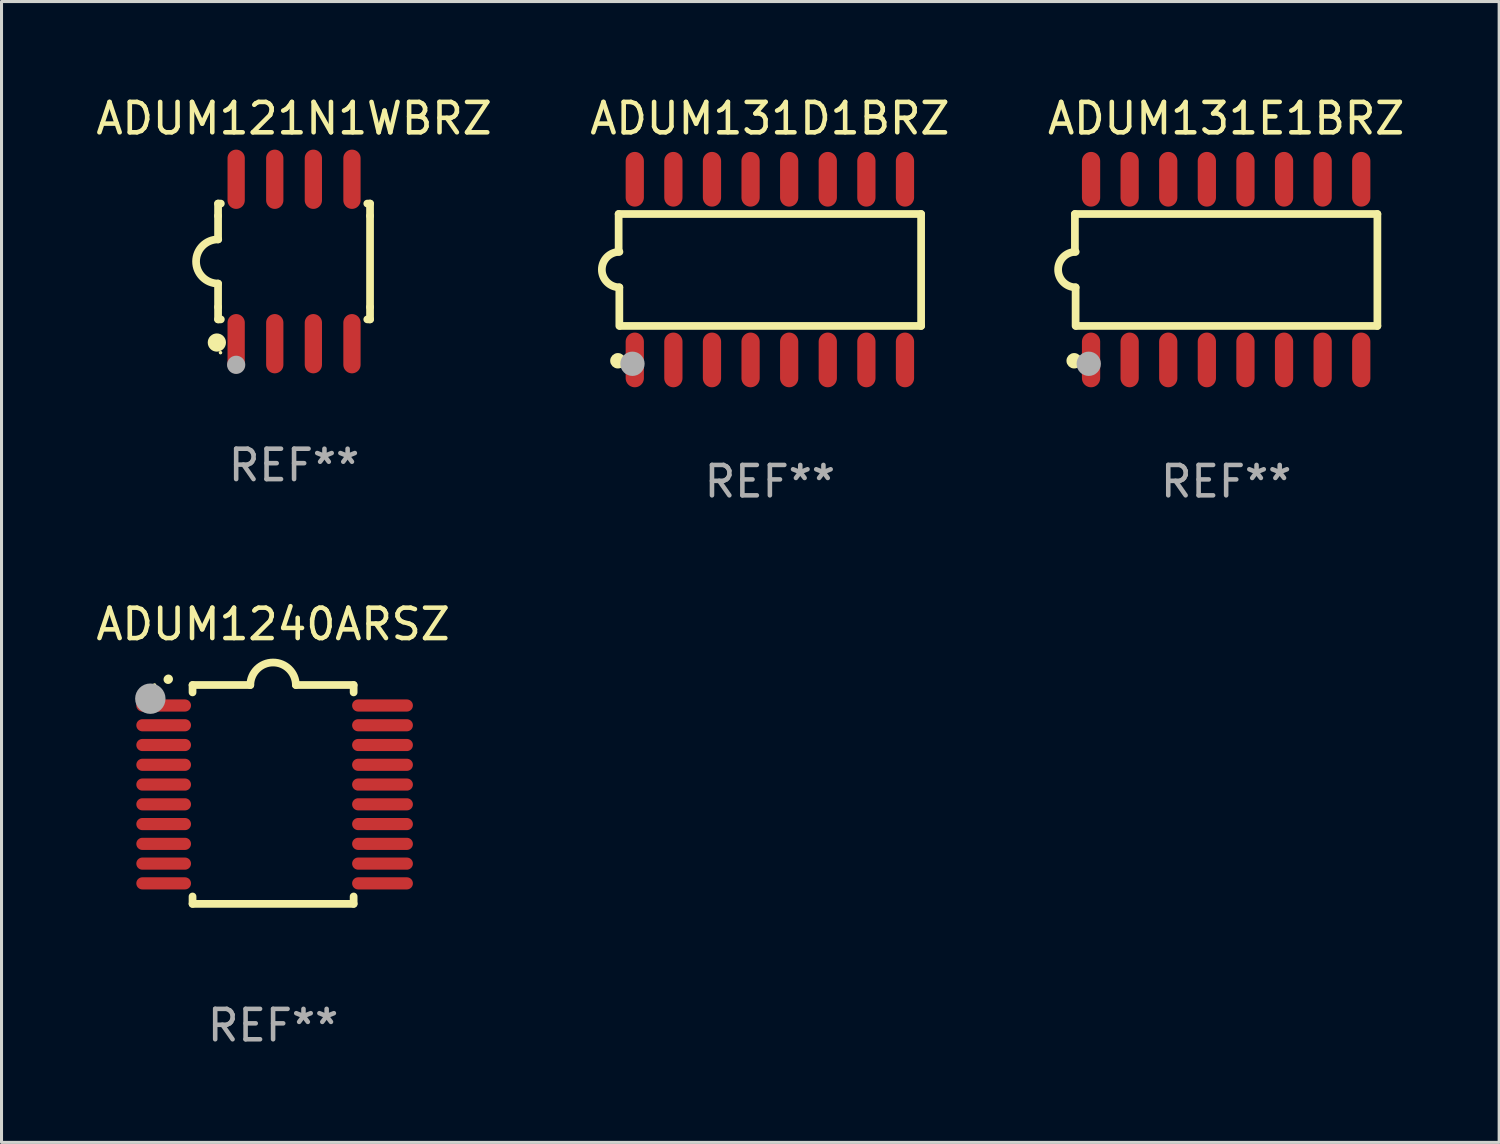
<source format=kicad_pcb>
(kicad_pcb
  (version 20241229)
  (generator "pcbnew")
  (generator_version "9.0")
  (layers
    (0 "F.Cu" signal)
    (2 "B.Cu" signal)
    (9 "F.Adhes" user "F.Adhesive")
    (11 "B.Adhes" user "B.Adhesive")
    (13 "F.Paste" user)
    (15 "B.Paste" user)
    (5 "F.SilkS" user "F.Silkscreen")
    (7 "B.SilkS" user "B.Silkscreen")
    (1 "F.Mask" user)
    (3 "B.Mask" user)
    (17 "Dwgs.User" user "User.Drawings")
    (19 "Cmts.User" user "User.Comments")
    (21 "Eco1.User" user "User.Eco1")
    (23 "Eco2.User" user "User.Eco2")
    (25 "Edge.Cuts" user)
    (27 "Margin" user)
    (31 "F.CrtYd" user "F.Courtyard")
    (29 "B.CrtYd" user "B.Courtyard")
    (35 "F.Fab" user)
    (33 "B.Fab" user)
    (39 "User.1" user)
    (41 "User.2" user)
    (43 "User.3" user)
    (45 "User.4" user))
  (footprint "ADUM121N1WBRZ"
    (layer "F.Cu")
    (at 6.625 5.553)
    (property "Reference" "ADUM121N1WBRZ" (at 0 -4.705 0) (layer "F.SilkS") (effects (font (size 1 1) (thickness 0.15))))
    (attr through_hole)
    (fp_line (start -2.5 -1.905) (end -2.409 -1.905) (stroke (width 0.254) (type solid)) (layer "F.SilkS"))
    (fp_line (start -2.5 -1.5) (end -2.5 -1.905) (stroke (width 0.254) (type solid)) (layer "F.SilkS"))
    (fp_line (start -2.5 -1.5) (end -2.5 -0.726) (stroke (width 0.254) (type solid)) (layer "F.SilkS"))
    (fp_line (start -2.5 1.5) (end -2.5 0.727) (stroke (width 0.254) (type solid)) (layer "F.SilkS"))
    (fp_line (start -2.5 1.5) (end -2.5 1.905) (stroke (width 0.254) (type solid)) (layer "F.SilkS"))
    (fp_line (start -2.5 1.905) (end -2.409 1.905) (stroke (width 0.254) (type solid)) (layer "F.SilkS"))
    (fp_line (start 2.5 -1.905) (end 2.409 -1.905) (stroke (width 0.254) (type solid)) (layer "F.SilkS"))
    (fp_line (start 2.5 -1.5) (end 2.5 -1.905) (stroke (width 0.254) (type solid)) (layer "F.SilkS"))
    (fp_line (start 2.5 -1.5) (end 2.5 1.5) (stroke (width 0.254) (type solid)) (layer "F.SilkS"))
    (fp_line (start 2.5 1.5) (end 2.5 1.905) (stroke (width 0.254) (type solid)) (layer "F.SilkS"))
    (fp_line (start 2.5 1.905) (end 2.409 1.905) (stroke (width 0.254) (type solid)) (layer "F.SilkS"))
    (fp_arc (start -2.5 0.726568) (mid -3.220316 -0.0023) (end -2.495097 -0.726289) (stroke (width 0.254001) (type solid)) (layer "F.SilkS"))
    (fp_circle (center -2.54 2.667) (end -2.39 2.667) (stroke (width 0.3) (type solid)) (fill no) (layer "F.SilkS"))
    (fp_circle (center -2.42 3) (end -2.39 3) (stroke (width 0.06) (type solid)) (fill no) (layer "F.SilkS"))
    (fp_circle (center -1.905 3.4) (end -1.755 3.4) (stroke (width 0.3) (type solid)) (fill no) (layer "F.Fab"))
    (fp_text user "REF**" (at 0 6.705 0) (layer "F.Fab") (effects (font (size 1 1) (thickness 0.15))))
    (pad "1" smd oval (at -1.905 2.705) (size 0.568 1.95) (layers "F.Cu" "F.Mask" "F.Paste"))
    (pad "2" smd oval (at -0.635 2.705) (size 0.568 1.95) (layers "F.Cu" "F.Mask" "F.Paste"))
    (pad "3" smd oval (at 0.635 2.705) (size 0.568 1.95) (layers "F.Cu" "F.Mask" "F.Paste"))
    (pad "4" smd oval (at 1.905 2.705) (size 0.568 1.95) (layers "F.Cu" "F.Mask" "F.Paste"))
    (pad "5" smd oval (at 1.905 -2.705) (size 0.568 1.95) (layers "F.Cu" "F.Mask" "F.Paste"))
    (pad "6" smd oval (at 0.635 -2.705) (size 0.568 1.95) (layers "F.Cu" "F.Mask" "F.Paste"))
    (pad "7" smd oval (at -0.635 -2.705) (size 0.568 1.95) (layers "F.Cu" "F.Mask" "F.Paste"))
    (pad "8" smd oval (at -1.905 -2.705) (size 0.568 1.95) (layers "F.Cu" "F.Mask" "F.Paste")))
  (footprint "ADUM131E1BRZ"
    (layer "F.Cu")
    (at 37.292 5.82)
    (property "Reference" "ADUM131E1BRZ" (at 0 -4.972 0) (layer "F.SilkS") (effects (font (size 1 1) (thickness 0.15))))
    (attr through_hole)
    (fp_line (start -4.976 -1.829) (end -4.976 -0.584) (stroke (width 0.254) (type solid)) (layer "F.SilkS"))
    (fp_line (start -4.953 0.584) (end -4.953 1.854) (stroke (width 0.254) (type solid)) (layer "F.SilkS"))
    (fp_line (start -4.928 1.854) (end 4.976 1.854) (stroke (width 0.254) (type solid)) (layer "F.SilkS"))
    (fp_line (start 4.976 -1.829) (end -4.976 -1.829) (stroke (width 0.254) (type solid)) (layer "F.SilkS"))
    (fp_line (start 4.976 1.854) (end 4.976 -1.829) (stroke (width 0.254) (type solid)) (layer "F.SilkS"))
    (fp_arc (start -4.95301 0.584201) (mid -5.533866 -0.00152) (end -4.950088 -0.584329) (stroke (width 0.254001) (type solid)) (layer "F.SilkS"))
    (fp_circle (center -5 3) (end -4.873 3) (stroke (width 0.254) (type solid)) (fill no) (layer "F.SilkS"))
    (fp_circle (center -4.521 3.099) (end -4.321 3.099) (stroke (width 0.4) (type solid)) (fill no) (layer "F.Fab"))
    (fp_text user "REF**" (at 0 6.972 0) (layer "F.Fab") (effects (font (size 1 1) (thickness 0.15))))
    (pad "1" smd oval (at -4.445 2.972 180) (size 0.6 1.8) (layers "F.Cu" "F.Mask" "F.Paste"))
    (pad "2" smd oval (at -3.175 2.972 180) (size 0.6 1.8) (layers "F.Cu" "F.Mask" "F.Paste"))
    (pad "3" smd oval (at -1.905 2.972 180) (size 0.6 1.8) (layers "F.Cu" "F.Mask" "F.Paste"))
    (pad "4" smd oval (at -0.635 2.972 180) (size 0.6 1.8) (layers "F.Cu" "F.Mask" "F.Paste"))
    (pad "5" smd oval (at 0.635 2.972 180) (size 0.6 1.8) (layers "F.Cu" "F.Mask" "F.Paste"))
    (pad "6" smd oval (at 1.905 2.972 180) (size 0.6 1.8) (layers "F.Cu" "F.Mask" "F.Paste"))
    (pad "7" smd oval (at 3.175 2.972 180) (size 0.6 1.8) (layers "F.Cu" "F.Mask" "F.Paste"))
    (pad "8" smd oval (at 4.445 2.972 180) (size 0.6 1.8) (layers "F.Cu" "F.Mask" "F.Paste"))
    (pad "9" smd oval (at 4.445 -2.972 180) (size 0.6 1.8) (layers "F.Cu" "F.Mask" "F.Paste"))
    (pad "10" smd oval (at 3.175 -2.972 180) (size 0.6 1.8) (layers "F.Cu" "F.Mask" "F.Paste"))
    (pad "11" smd oval (at 1.905 -2.972 180) (size 0.6 1.8) (layers "F.Cu" "F.Mask" "F.Paste"))
    (pad "12" smd oval (at 0.635 -2.972 180) (size 0.6 1.8) (layers "F.Cu" "F.Mask" "F.Paste"))
    (pad "13" smd oval (at -0.635 -2.972 180) (size 0.6 1.8) (layers "F.Cu" "F.Mask" "F.Paste"))
    (pad "14" smd oval (at -1.905 -2.972 180) (size 0.6 1.8) (layers "F.Cu" "F.Mask" "F.Paste"))
    (pad "15" smd oval (at -3.175 -2.972 180) (size 0.6 1.8) (layers "F.Cu" "F.Mask" "F.Paste"))
    (pad "16" smd oval (at -4.445 -2.972 180) (size 0.6 1.8) (layers "F.Cu" "F.Mask" "F.Paste")))
  (footprint "ADUM1240ARSZ"
    (layer "F.Cu")
    (at 5.935 23.088)
    (property "Reference" "ADUM1240ARSZ" (at 0 -5.6 0) (layer "F.SilkS") (effects (font (size 1 1) (thickness 0.15))))
    (attr through_hole)
    (fp_line (start -2.65 -3.6) (end -2.65 -3.357) (stroke (width 0.254) (type solid)) (layer "F.SilkS"))
    (fp_line (start -2.65 -3.6) (end -0.75 -3.6) (stroke (width 0.254) (type solid)) (layer "F.SilkS"))
    (fp_line (start -2.65 3.357) (end -2.65 3.6) (stroke (width 0.254) (type solid)) (layer "F.SilkS"))
    (fp_line (start 2.65 -3.6) (end 0.75 -3.6) (stroke (width 0.254) (type solid)) (layer "F.SilkS"))
    (fp_line (start 2.65 -3.6) (end 2.65 -3.357) (stroke (width 0.254) (type solid)) (layer "F.SilkS"))
    (fp_line (start 2.65 3.357) (end 2.65 3.6) (stroke (width 0.254) (type solid)) (layer "F.SilkS"))
    (fp_line (start 2.65 3.6) (end -2.65 3.6) (stroke (width 0.254) (type solid)) (layer "F.SilkS"))
    (fp_arc (start -3.454407 -3.784608) (mid -3.449499 -3.78986) (end -3.444247 -3.794768) (stroke (width 0.3) (type solid)) (layer "F.SilkS"))
    (fp_arc (start -0.749301 -3.599186) (mid -0.000051 -4.348844) (end 0.750013 -3.6) (stroke (width 0.254001) (type solid)) (layer "F.SilkS"))
    (fp_circle (center -3.9 -3.6) (end -3.87 -3.6) (stroke (width 0.06) (type solid)) (fill no) (layer "F.SilkS"))
    (fp_circle (center -4.039 -3.15) (end -3.789 -3.15) (stroke (width 0.5) (type solid)) (fill no) (layer "F.Fab"))
    (fp_text user "REF**" (at 0 7.6 0) (layer "F.Fab") (effects (font (size 1 1) (thickness 0.15))))
    (pad "1" smd oval (at -3.6 -2.926 90) (size 0.4 1.8) (layers "F.Cu" "F.Mask" "F.Paste"))
    (pad "2" smd oval (at -3.6 -2.276 90) (size 0.4 1.8) (layers "F.Cu" "F.Mask" "F.Paste"))
    (pad "3" smd oval (at -3.6 -1.626 90) (size 0.4 1.8) (layers "F.Cu" "F.Mask" "F.Paste"))
    (pad "4" smd oval (at -3.6 -0.975 90) (size 0.4 1.8) (layers "F.Cu" "F.Mask" "F.Paste"))
    (pad "5" smd oval (at -3.6 -0.325 90) (size 0.4 1.8) (layers "F.Cu" "F.Mask" "F.Paste"))
    (pad "6" smd oval (at -3.6 0.325 90) (size 0.4 1.8) (layers "F.Cu" "F.Mask" "F.Paste"))
    (pad "7" smd oval (at -3.6 0.975 90) (size 0.4 1.8) (layers "F.Cu" "F.Mask" "F.Paste"))
    (pad "8" smd oval (at -3.6 1.626 90) (size 0.4 1.8) (layers "F.Cu" "F.Mask" "F.Paste"))
    (pad "9" smd oval (at -3.6 2.276 90) (size 0.4 1.8) (layers "F.Cu" "F.Mask" "F.Paste"))
    (pad "10" smd oval (at -3.6 2.926 90) (size 0.4 1.8) (layers "F.Cu" "F.Mask" "F.Paste"))
    (pad "11" smd oval (at 3.6 2.926 90) (size 0.4 2) (layers "F.Cu" "F.Mask" "F.Paste"))
    (pad "12" smd oval (at 3.6 2.276 90) (size 0.4 2) (layers "F.Cu" "F.Mask" "F.Paste"))
    (pad "13" smd oval (at 3.6 1.626 90) (size 0.4 2) (layers "F.Cu" "F.Mask" "F.Paste"))
    (pad "14" smd oval (at 3.6 0.975 90) (size 0.4 2) (layers "F.Cu" "F.Mask" "F.Paste"))
    (pad "15" smd oval (at 3.6 0.325 90) (size 0.4 2) (layers "F.Cu" "F.Mask" "F.Paste"))
    (pad "16" smd oval (at 3.6 -0.325 90) (size 0.4 2) (layers "F.Cu" "F.Mask" "F.Paste"))
    (pad "17" smd oval (at 3.6 -0.975 90) (size 0.4 2) (layers "F.Cu" "F.Mask" "F.Paste"))
    (pad "18" smd oval (at 3.6 -1.626 90) (size 0.4 2) (layers "F.Cu" "F.Mask" "F.Paste"))
    (pad "19" smd oval (at 3.6 -2.276 90) (size 0.4 2) (layers "F.Cu" "F.Mask" "F.Paste"))
    (pad "20" smd oval (at 3.6 -2.926 90) (size 0.4 2) (layers "F.Cu" "F.Mask" "F.Paste")))
  (footprint "ADUM131D1BRZ"
    (layer "F.Cu")
    (at 22.28 5.82)
    (property "Reference" "ADUM131D1BRZ" (at 0 -4.972 0) (layer "F.SilkS") (effects (font (size 1 1) (thickness 0.15))))
    (attr through_hole)
    (fp_line (start -4.976 -1.829) (end -4.976 -0.584) (stroke (width 0.254) (type solid)) (layer "F.SilkS"))
    (fp_line (start -4.953 0.584) (end -4.953 1.854) (stroke (width 0.254) (type solid)) (layer "F.SilkS"))
    (fp_line (start -4.928 1.854) (end 4.976 1.854) (stroke (width 0.254) (type solid)) (layer "F.SilkS"))
    (fp_line (start 4.976 -1.829) (end -4.976 -1.829) (stroke (width 0.254) (type solid)) (layer "F.SilkS"))
    (fp_line (start 4.976 1.854) (end 4.976 -1.829) (stroke (width 0.254) (type solid)) (layer "F.SilkS"))
    (fp_arc (start -4.95301 0.584201) (mid -5.533866 -0.00152) (end -4.950088 -0.584329) (stroke (width 0.254001) (type solid)) (layer "F.SilkS"))
    (fp_circle (center -5 3) (end -4.873 3) (stroke (width 0.254) (type solid)) (fill no) (layer "F.SilkS"))
    (fp_circle (center -4.521 3.099) (end -4.321 3.099) (stroke (width 0.4) (type solid)) (fill no) (layer "F.Fab"))
    (fp_text user "REF**" (at 0 6.972 0) (layer "F.Fab") (effects (font (size 1 1) (thickness 0.15))))
    (pad "1" smd oval (at -4.445 2.972 180) (size 0.6 1.8) (layers "F.Cu" "F.Mask" "F.Paste"))
    (pad "2" smd oval (at -3.175 2.972 180) (size 0.6 1.8) (layers "F.Cu" "F.Mask" "F.Paste"))
    (pad "3" smd oval (at -1.905 2.972 180) (size 0.6 1.8) (layers "F.Cu" "F.Mask" "F.Paste"))
    (pad "4" smd oval (at -0.635 2.972 180) (size 0.6 1.8) (layers "F.Cu" "F.Mask" "F.Paste"))
    (pad "5" smd oval (at 0.635 2.972 180) (size 0.6 1.8) (layers "F.Cu" "F.Mask" "F.Paste"))
    (pad "6" smd oval (at 1.905 2.972 180) (size 0.6 1.8) (layers "F.Cu" "F.Mask" "F.Paste"))
    (pad "7" smd oval (at 3.175 2.972 180) (size 0.6 1.8) (layers "F.Cu" "F.Mask" "F.Paste"))
    (pad "8" smd oval (at 4.445 2.972 180) (size 0.6 1.8) (layers "F.Cu" "F.Mask" "F.Paste"))
    (pad "9" smd oval (at 4.445 -2.972 180) (size 0.6 1.8) (layers "F.Cu" "F.Mask" "F.Paste"))
    (pad "10" smd oval (at 3.175 -2.972 180) (size 0.6 1.8) (layers "F.Cu" "F.Mask" "F.Paste"))
    (pad "11" smd oval (at 1.905 -2.972 180) (size 0.6 1.8) (layers "F.Cu" "F.Mask" "F.Paste"))
    (pad "12" smd oval (at 0.635 -2.972 180) (size 0.6 1.8) (layers "F.Cu" "F.Mask" "F.Paste"))
    (pad "13" smd oval (at -0.635 -2.972 180) (size 0.6 1.8) (layers "F.Cu" "F.Mask" "F.Paste"))
    (pad "14" smd oval (at -1.905 -2.972 180) (size 0.6 1.8) (layers "F.Cu" "F.Mask" "F.Paste"))
    (pad "15" smd oval (at -3.175 -2.972 180) (size 0.6 1.8) (layers "F.Cu" "F.Mask" "F.Paste"))
    (pad "16" smd oval (at -4.445 -2.972 180) (size 0.6 1.8) (layers "F.Cu" "F.Mask" "F.Paste")))
  (gr_rect
    (start -3 -3)
    (end 46.274 34.537)
    (stroke (width 0.1) (type default))
    (fill no)
    (layer "Edge.Cuts")))
</source>
